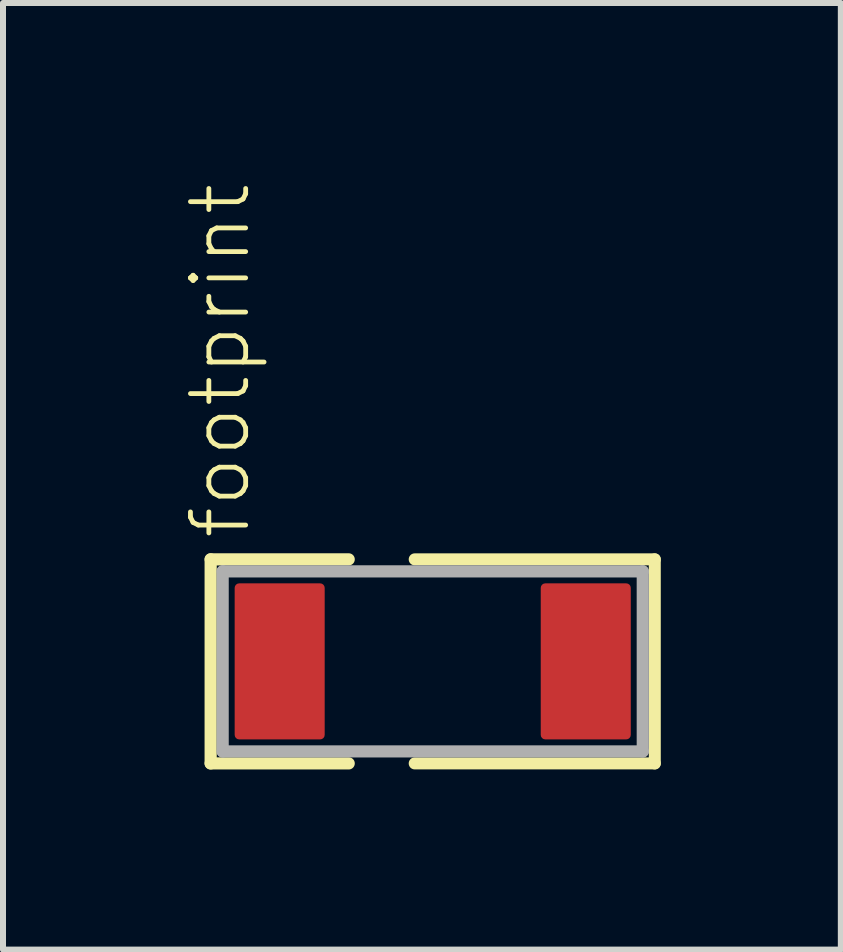
<source format=kicad_pcb>
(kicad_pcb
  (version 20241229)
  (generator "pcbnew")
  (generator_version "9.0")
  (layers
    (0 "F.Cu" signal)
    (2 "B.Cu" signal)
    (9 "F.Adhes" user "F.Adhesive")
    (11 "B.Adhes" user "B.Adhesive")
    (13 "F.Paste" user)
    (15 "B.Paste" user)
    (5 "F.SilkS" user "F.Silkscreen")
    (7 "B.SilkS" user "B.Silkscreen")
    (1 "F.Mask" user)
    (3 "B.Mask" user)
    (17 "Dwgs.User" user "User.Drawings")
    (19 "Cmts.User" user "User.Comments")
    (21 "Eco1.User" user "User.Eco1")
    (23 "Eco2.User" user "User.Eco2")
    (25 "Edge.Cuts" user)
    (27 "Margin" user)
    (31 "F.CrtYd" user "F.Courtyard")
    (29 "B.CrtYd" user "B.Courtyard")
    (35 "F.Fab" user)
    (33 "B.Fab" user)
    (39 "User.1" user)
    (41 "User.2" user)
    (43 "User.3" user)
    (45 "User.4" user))
  (footprint "footprint"
    (layer "F.Cu")
    (at 4.16 7.97)
    (property "Reference" "footprint" (at -3 -2 90) (layer "F.SilkS") (effects (font (size 0.92 0.92) (thickness 0.08)) (justify left bottom)))
    (fp_line (start -3.7 -1.7) (end -1.4 -1.7) (stroke (width 0.203) (type solid)) (layer "F.SilkS"))
    (fp_line (start -3.7 1.7) (end -3.7 -1.7) (stroke (width 0.203) (type solid)) (layer "F.SilkS"))
    (fp_line (start -1.4 1.7) (end -3.7 1.7) (stroke (width 0.203) (type solid)) (layer "F.SilkS"))
    (fp_line (start 3.7 -1.7) (end -0.3 -1.7) (stroke (width 0.2) (type solid)) (layer "F.SilkS"))
    (fp_line (start 3.7 -1.7) (end 3.7 1.7) (stroke (width 0.2) (type solid)) (layer "F.SilkS"))
    (fp_line (start 3.7 1.7) (end -0.3 1.7) (stroke (width 0.2) (type solid)) (layer "F.SilkS"))
    (fp_line (start -3.5 -1.5) (end 3.5 -1.5) (stroke (width 0.203) (type solid)) (layer "F.Fab"))
    (fp_line (start -3.5 1.5) (end -3.5 -1.5) (stroke (width 0.203) (type solid)) (layer "F.Fab"))
    (fp_line (start 3.5 -1.5) (end 3.5 1.5) (stroke (width 0.203) (type solid)) (layer "F.Fab"))
    (fp_line (start 3.5 1.5) (end -3.5 1.5) (stroke (width 0.203) (type solid)) (layer "F.Fab"))
    (pad "FEED" smd roundrect (at -2.55 0) (size 1.5 2.6) (layers "F.Cu" "F.Mask" "F.Paste") (roundrect_rratio 0.05))
    (pad "NC" smd roundrect (at 2.55 0) (size 1.5 2.6) (layers "F.Cu" "F.Mask" "F.Paste") (roundrect_rratio 0.05)))
  (gr_rect
    (start -3 -3)
    (end 10.96 12.772)
    (stroke (width 0.1) (type default))
    (fill no)
    (layer "Edge.Cuts")))
</source>
